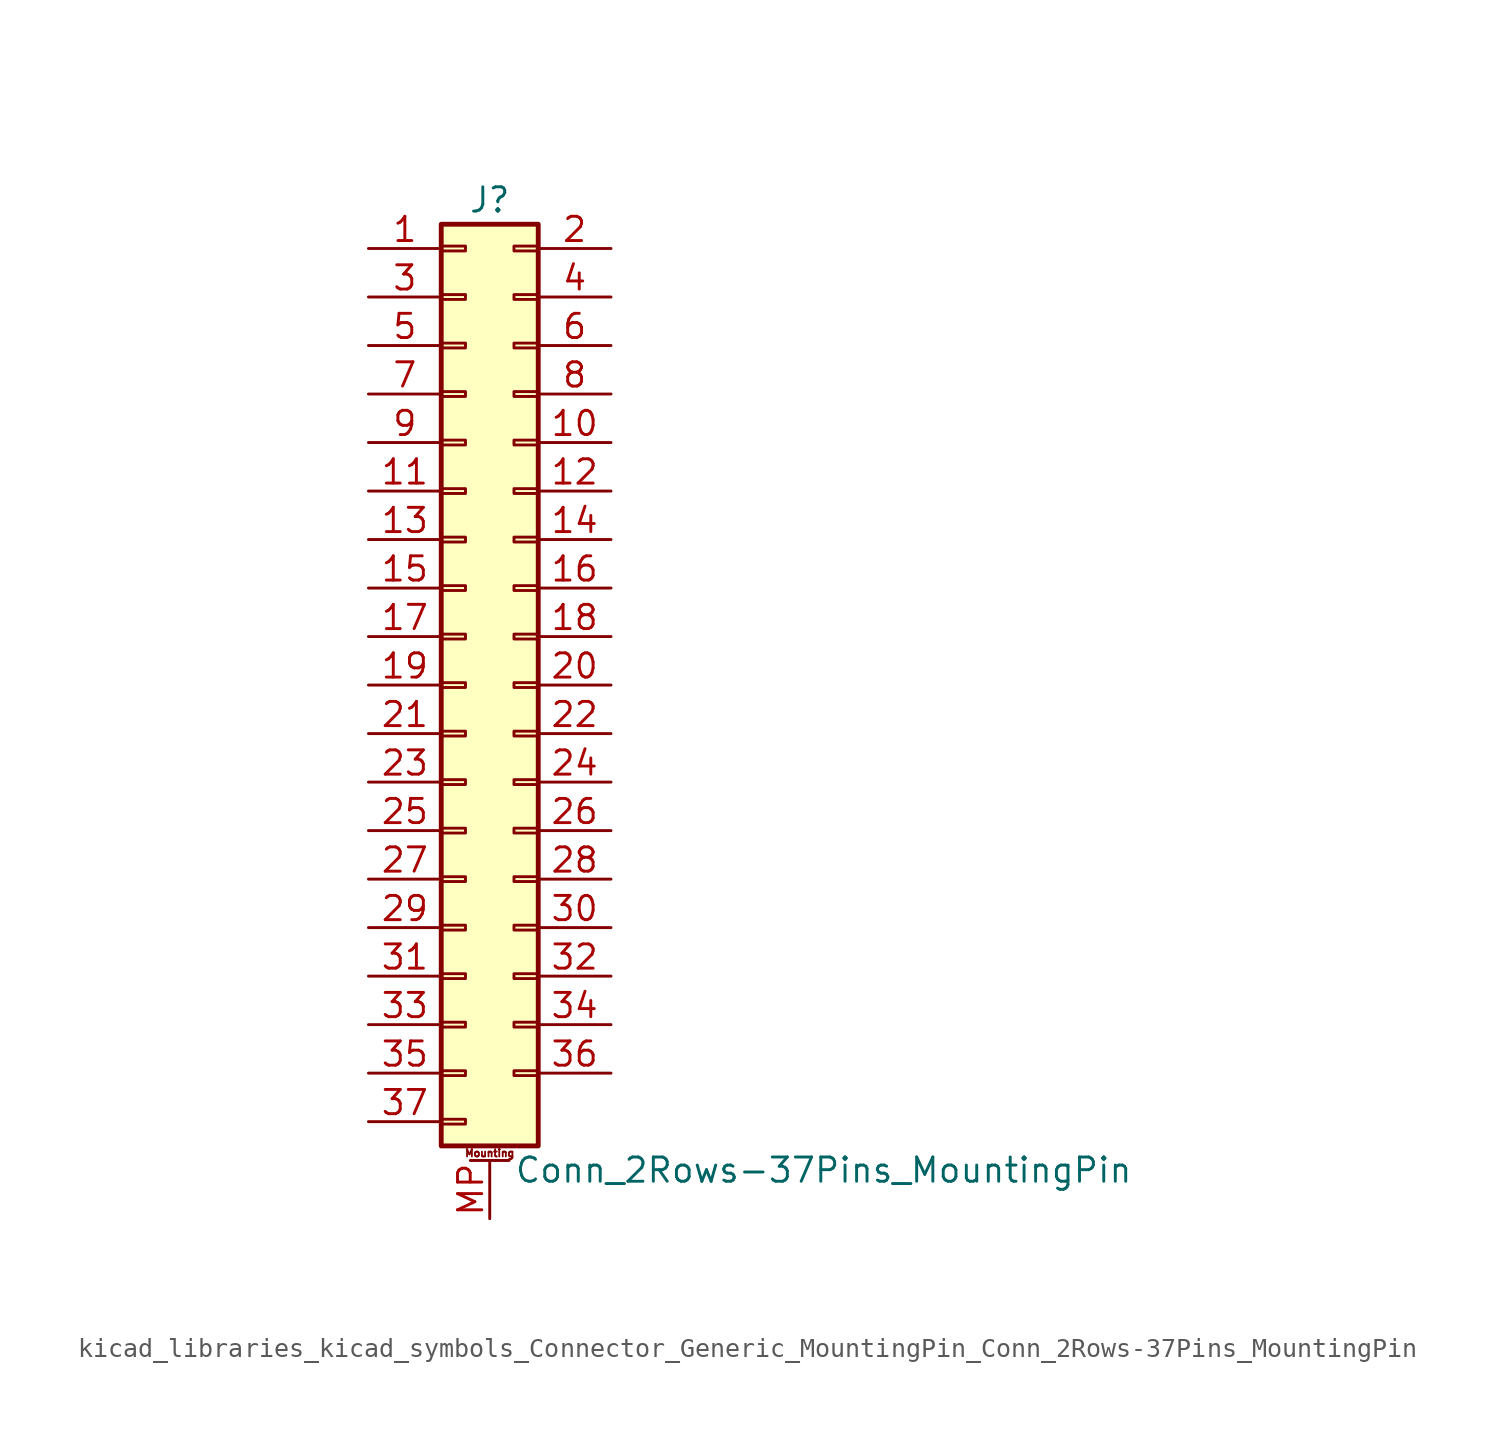
<source format=kicad_sym>
(kicad_symbol_lib
  (version 20220914)
  (generator kicad_symbol_editor)
  (symbol "kicad_libraries_kicad_symbols_Connector_Generic_MountingPin_Conn_2Rows-37Pins_MountingPin"
    (pin_names
      (offset 1.016) hide)
    (property "Reference" "J"
      (at 1.27 25.4 0)
      (effects (font (size 1.27 1.27))))
    (property "Value" "Conn_2Rows-37Pins_MountingPin"
      (at 2.54 -25.4 0)
      (effects (font (size 1.27 1.27)) (justify left)))
    (symbol "kicad_libraries_kicad_symbols_Connector_Generic_MountingPin_Conn_2Rows-37Pins_MountingPin_1_1"
      (rectangle (start -1.27 -22.733) (end 0 -22.987) (stroke (width 0.152) (type default)) (fill (type none)))
      (rectangle (start -1.27 -20.193) (end 0 -20.447) (stroke (width 0.152) (type default)) (fill (type none)))
      (rectangle (start -1.27 -17.653) (end 0 -17.907) (stroke (width 0.152) (type default)) (fill (type none)))
      (rectangle (start -1.27 -15.113) (end 0 -15.367) (stroke (width 0.152) (type default)) (fill (type none)))
      (rectangle (start -1.27 -12.573) (end 0 -12.827) (stroke (width 0.152) (type default)) (fill (type none)))
      (rectangle (start -1.27 -10.033) (end 0 -10.287) (stroke (width 0.152) (type default)) (fill (type none)))
      (rectangle (start -1.27 -7.493) (end 0 -7.747) (stroke (width 0.152) (type default)) (fill (type none)))
      (rectangle (start -1.27 -4.953) (end 0 -5.207) (stroke (width 0.152) (type default)) (fill (type none)))
      (rectangle (start -1.27 -2.413) (end 0 -2.667) (stroke (width 0.152) (type default)) (fill (type none)))
      (rectangle (start -1.27 0.127) (end 0 -0.127) (stroke (width 0.152) (type default)) (fill (type none)))
      (rectangle (start -1.27 2.667) (end 0 2.413) (stroke (width 0.152) (type default)) (fill (type none)))
      (rectangle (start -1.27 5.207) (end 0 4.953) (stroke (width 0.152) (type default)) (fill (type none)))
      (rectangle (start -1.27 7.747) (end 0 7.493) (stroke (width 0.152) (type default)) (fill (type none)))
      (rectangle (start -1.27 10.287) (end 0 10.033) (stroke (width 0.152) (type default)) (fill (type none)))
      (rectangle (start -1.27 12.827) (end 0 12.573) (stroke (width 0.152) (type default)) (fill (type none)))
      (rectangle (start -1.27 15.367) (end 0 15.113) (stroke (width 0.152) (type default)) (fill (type none)))
      (rectangle (start -1.27 17.907) (end 0 17.653) (stroke (width 0.152) (type default)) (fill (type none)))
      (rectangle (start -1.27 20.447) (end 0 20.193) (stroke (width 0.152) (type default)) (fill (type none)))
      (rectangle (start -1.27 22.987) (end 0 22.733) (stroke (width 0.152) (type default)) (fill (type none)))
      (rectangle (start -1.27 24.13) (end 3.81 -24.13) (stroke (width 0.254) (type default)) (fill (type background)))
      (polyline (pts (xy 0.254 -24.892) (xy 2.286 -24.892)) (stroke (width 0.152) (type default)) (fill (type none)))
      (rectangle (start 3.81 -20.193) (end 2.54 -20.447) (stroke (width 0.152) (type default)) (fill (type none)))
      (rectangle (start 3.81 -17.653) (end 2.54 -17.907) (stroke (width 0.152) (type default)) (fill (type none)))
      (rectangle (start 3.81 -15.113) (end 2.54 -15.367) (stroke (width 0.152) (type default)) (fill (type none)))
      (rectangle (start 3.81 -12.573) (end 2.54 -12.827) (stroke (width 0.152) (type default)) (fill (type none)))
      (rectangle (start 3.81 -10.033) (end 2.54 -10.287) (stroke (width 0.152) (type default)) (fill (type none)))
      (rectangle (start 3.81 -7.493) (end 2.54 -7.747) (stroke (width 0.152) (type default)) (fill (type none)))
      (rectangle (start 3.81 -4.953) (end 2.54 -5.207) (stroke (width 0.152) (type default)) (fill (type none)))
      (rectangle (start 3.81 -2.413) (end 2.54 -2.667) (stroke (width 0.152) (type default)) (fill (type none)))
      (rectangle (start 3.81 0.127) (end 2.54 -0.127) (stroke (width 0.152) (type default)) (fill (type none)))
      (rectangle (start 3.81 2.667) (end 2.54 2.413) (stroke (width 0.152) (type default)) (fill (type none)))
      (rectangle (start 3.81 5.207) (end 2.54 4.953) (stroke (width 0.152) (type default)) (fill (type none)))
      (rectangle (start 3.81 7.747) (end 2.54 7.493) (stroke (width 0.152) (type default)) (fill (type none)))
      (rectangle (start 3.81 10.287) (end 2.54 10.033) (stroke (width 0.152) (type default)) (fill (type none)))
      (rectangle (start 3.81 12.827) (end 2.54 12.573) (stroke (width 0.152) (type default)) (fill (type none)))
      (rectangle (start 3.81 15.367) (end 2.54 15.113) (stroke (width 0.152) (type default)) (fill (type none)))
      (rectangle (start 3.81 17.907) (end 2.54 17.653) (stroke (width 0.152) (type default)) (fill (type none)))
      (rectangle (start 3.81 20.447) (end 2.54 20.193) (stroke (width 0.152) (type default)) (fill (type none)))
      (rectangle (start 3.81 22.987) (end 2.54 22.733) (stroke (width 0.152) (type default)) (fill (type none)))
      (text "Mounting" (at 1.27 -24.511 0) (effects (font (size 0.381 0.381))))
      (pin passive line (at -5.08 22.86 0) (length 3.81) (name "Pin_1" (effects (font (size 1.27 1.27)))) (number "1" (effects (font (size 1.27 1.27)))))
      (pin passive line (at 7.62 12.7 180) (length 3.81) (name "Pin_10" (effects (font (size 1.27 1.27)))) (number "10" (effects (font (size 1.27 1.27)))))
      (pin passive line (at -5.08 10.16 0) (length 3.81) (name "Pin_11" (effects (font (size 1.27 1.27)))) (number "11" (effects (font (size 1.27 1.27)))))
      (pin passive line (at 7.62 10.16 180) (length 3.81) (name "Pin_12" (effects (font (size 1.27 1.27)))) (number "12" (effects (font (size 1.27 1.27)))))
      (pin passive line (at -5.08 7.62 0) (length 3.81) (name "Pin_13" (effects (font (size 1.27 1.27)))) (number "13" (effects (font (size 1.27 1.27)))))
      (pin passive line (at 7.62 7.62 180) (length 3.81) (name "Pin_14" (effects (font (size 1.27 1.27)))) (number "14" (effects (font (size 1.27 1.27)))))
      (pin passive line (at -5.08 5.08 0) (length 3.81) (name "Pin_15" (effects (font (size 1.27 1.27)))) (number "15" (effects (font (size 1.27 1.27)))))
      (pin passive line (at 7.62 5.08 180) (length 3.81) (name "Pin_16" (effects (font (size 1.27 1.27)))) (number "16" (effects (font (size 1.27 1.27)))))
      (pin passive line (at -5.08 2.54 0) (length 3.81) (name "Pin_17" (effects (font (size 1.27 1.27)))) (number "17" (effects (font (size 1.27 1.27)))))
      (pin passive line (at 7.62 2.54 180) (length 3.81) (name "Pin_18" (effects (font (size 1.27 1.27)))) (number "18" (effects (font (size 1.27 1.27)))))
      (pin passive line (at -5.08 0 0) (length 3.81) (name "Pin_19" (effects (font (size 1.27 1.27)))) (number "19" (effects (font (size 1.27 1.27)))))
      (pin passive line (at 7.62 22.86 180) (length 3.81) (name "Pin_2" (effects (font (size 1.27 1.27)))) (number "2" (effects (font (size 1.27 1.27)))))
      (pin passive line (at 7.62 0 180) (length 3.81) (name "Pin_20" (effects (font (size 1.27 1.27)))) (number "20" (effects (font (size 1.27 1.27)))))
      (pin passive line (at -5.08 -2.54 0) (length 3.81) (name "Pin_21" (effects (font (size 1.27 1.27)))) (number "21" (effects (font (size 1.27 1.27)))))
      (pin passive line (at 7.62 -2.54 180) (length 3.81) (name "Pin_22" (effects (font (size 1.27 1.27)))) (number "22" (effects (font (size 1.27 1.27)))))
      (pin passive line (at -5.08 -5.08 0) (length 3.81) (name "Pin_23" (effects (font (size 1.27 1.27)))) (number "23" (effects (font (size 1.27 1.27)))))
      (pin passive line (at 7.62 -5.08 180) (length 3.81) (name "Pin_24" (effects (font (size 1.27 1.27)))) (number "24" (effects (font (size 1.27 1.27)))))
      (pin passive line (at -5.08 -7.62 0) (length 3.81) (name "Pin_25" (effects (font (size 1.27 1.27)))) (number "25" (effects (font (size 1.27 1.27)))))
      (pin passive line (at 7.62 -7.62 180) (length 3.81) (name "Pin_26" (effects (font (size 1.27 1.27)))) (number "26" (effects (font (size 1.27 1.27)))))
      (pin passive line (at -5.08 -10.16 0) (length 3.81) (name "Pin_27" (effects (font (size 1.27 1.27)))) (number "27" (effects (font (size 1.27 1.27)))))
      (pin passive line (at 7.62 -10.16 180) (length 3.81) (name "Pin_28" (effects (font (size 1.27 1.27)))) (number "28" (effects (font (size 1.27 1.27)))))
      (pin passive line (at -5.08 -12.7 0) (length 3.81) (name "Pin_29" (effects (font (size 1.27 1.27)))) (number "29" (effects (font (size 1.27 1.27)))))
      (pin passive line (at -5.08 20.32 0) (length 3.81) (name "Pin_3" (effects (font (size 1.27 1.27)))) (number "3" (effects (font (size 1.27 1.27)))))
      (pin passive line (at 7.62 -12.7 180) (length 3.81) (name "Pin_30" (effects (font (size 1.27 1.27)))) (number "30" (effects (font (size 1.27 1.27)))))
      (pin passive line (at -5.08 -15.24 0) (length 3.81) (name "Pin_31" (effects (font (size 1.27 1.27)))) (number "31" (effects (font (size 1.27 1.27)))))
      (pin passive line (at 7.62 -15.24 180) (length 3.81) (name "Pin_32" (effects (font (size 1.27 1.27)))) (number "32" (effects (font (size 1.27 1.27)))))
      (pin passive line (at -5.08 -17.78 0) (length 3.81) (name "Pin_33" (effects (font (size 1.27 1.27)))) (number "33" (effects (font (size 1.27 1.27)))))
      (pin passive line (at 7.62 -17.78 180) (length 3.81) (name "Pin_34" (effects (font (size 1.27 1.27)))) (number "34" (effects (font (size 1.27 1.27)))))
      (pin passive line (at -5.08 -20.32 0) (length 3.81) (name "Pin_35" (effects (font (size 1.27 1.27)))) (number "35" (effects (font (size 1.27 1.27)))))
      (pin passive line (at 7.62 -20.32 180) (length 3.81) (name "Pin_36" (effects (font (size 1.27 1.27)))) (number "36" (effects (font (size 1.27 1.27)))))
      (pin passive line (at -5.08 -22.86 0) (length 3.81) (name "Pin_37" (effects (font (size 1.27 1.27)))) (number "37" (effects (font (size 1.27 1.27)))))
      (pin passive line (at 7.62 20.32 180) (length 3.81) (name "Pin_4" (effects (font (size 1.27 1.27)))) (number "4" (effects (font (size 1.27 1.27)))))
      (pin passive line (at -5.08 17.78 0) (length 3.81) (name "Pin_5" (effects (font (size 1.27 1.27)))) (number "5" (effects (font (size 1.27 1.27)))))
      (pin passive line (at 7.62 17.78 180) (length 3.81) (name "Pin_6" (effects (font (size 1.27 1.27)))) (number "6" (effects (font (size 1.27 1.27)))))
      (pin passive line (at -5.08 15.24 0) (length 3.81) (name "Pin_7" (effects (font (size 1.27 1.27)))) (number "7" (effects (font (size 1.27 1.27)))))
      (pin passive line (at 7.62 15.24 180) (length 3.81) (name "Pin_8" (effects (font (size 1.27 1.27)))) (number "8" (effects (font (size 1.27 1.27)))))
      (pin passive line (at -5.08 12.7 0) (length 3.81) (name "Pin_9" (effects (font (size 1.27 1.27)))) (number "9" (effects (font (size 1.27 1.27)))))
      (pin passive line (at 1.27 -27.94 90) (length 3.048) (name "MountPin" (effects (font (size 1.27 1.27)))) (number "MP" (effects (font (size 1.27 1.27))))))))
</source>
